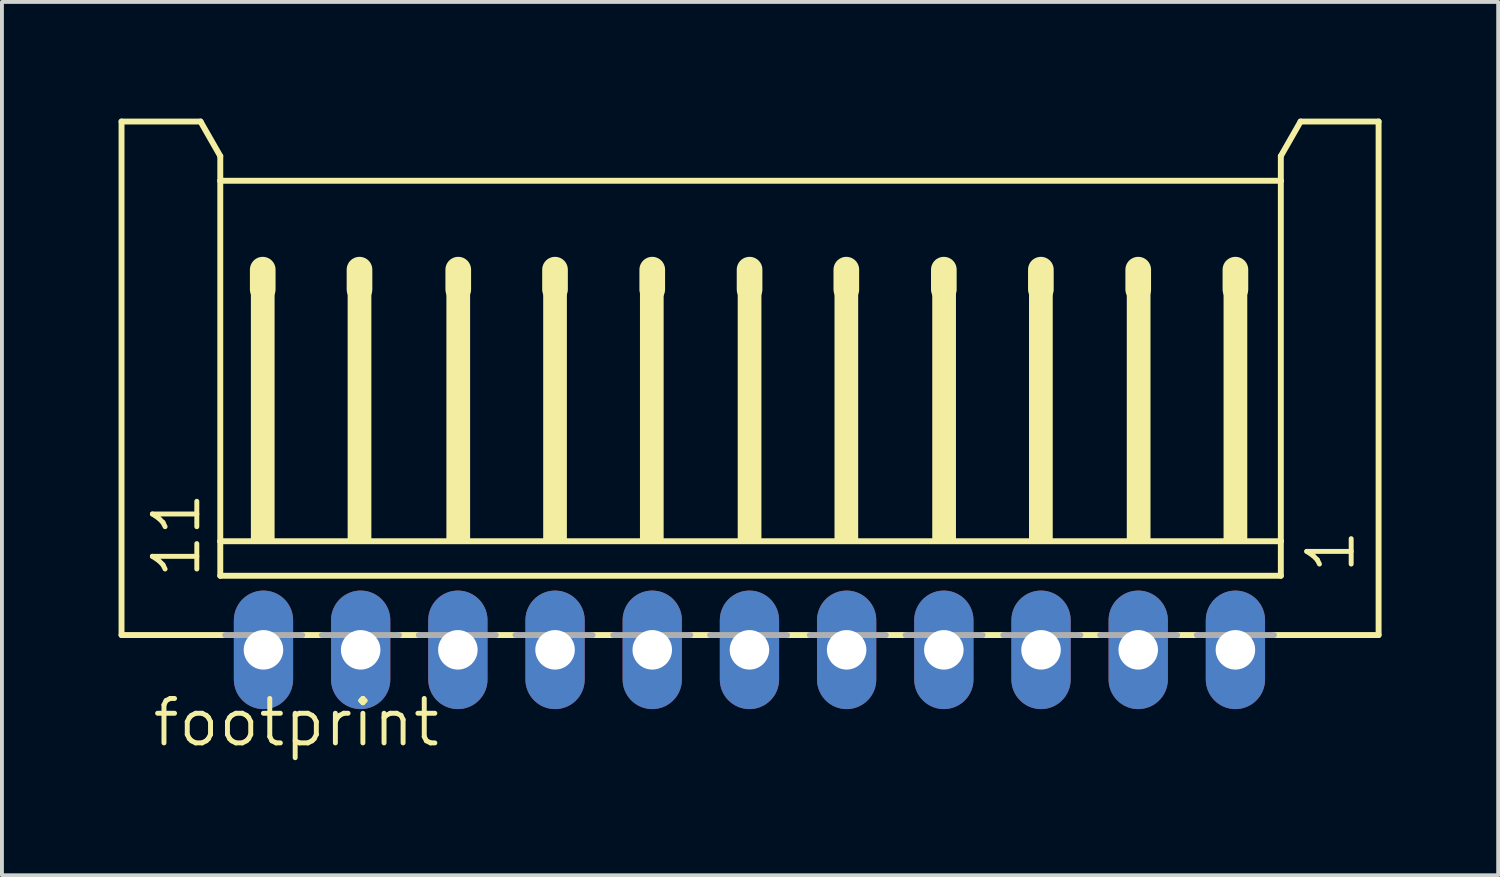
<source format=kicad_pcb>
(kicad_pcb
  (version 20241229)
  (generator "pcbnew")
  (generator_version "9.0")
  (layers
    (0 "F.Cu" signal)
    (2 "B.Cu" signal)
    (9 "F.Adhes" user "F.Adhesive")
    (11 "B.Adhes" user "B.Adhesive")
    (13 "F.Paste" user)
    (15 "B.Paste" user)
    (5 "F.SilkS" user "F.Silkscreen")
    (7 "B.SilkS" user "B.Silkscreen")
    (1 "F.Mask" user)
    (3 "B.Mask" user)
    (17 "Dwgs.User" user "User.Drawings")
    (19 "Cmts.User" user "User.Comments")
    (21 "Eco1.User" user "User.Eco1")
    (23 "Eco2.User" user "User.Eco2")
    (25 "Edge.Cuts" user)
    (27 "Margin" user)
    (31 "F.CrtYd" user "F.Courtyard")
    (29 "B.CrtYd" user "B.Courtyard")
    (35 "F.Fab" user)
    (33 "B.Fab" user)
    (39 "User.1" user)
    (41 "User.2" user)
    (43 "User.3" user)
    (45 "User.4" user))
  (footprint "footprint"
    (layer "F.Cu")
    (at 16.227 7.415)
    (property "Reference" "footprint" (at -15.415 8.79 0) (layer "F.SilkS") (effects (font (size 1.143 1.143) (thickness 0.127)) (justify left bottom)))
    (fp_line (start -16.151 -7.339) (end -14.119 -7.339) (stroke (width 0.152) (type solid)) (layer "F.SilkS"))
    (fp_line (start -16.151 5.869) (end -16.151 -7.339) (stroke (width 0.152) (type solid)) (layer "F.SilkS"))
    (fp_line (start -14.119 -7.339) (end -13.611 -6.45) (stroke (width 0.152) (type solid)) (layer "F.SilkS"))
    (fp_line (start -13.611 -6.45) (end -13.611 -5.815) (stroke (width 0.152) (type solid)) (layer "F.SilkS"))
    (fp_line (start -13.611 -5.815) (end -13.611 3.456) (stroke (width 0.152) (type solid)) (layer "F.SilkS"))
    (fp_line (start -13.611 3.456) (end -13.611 4.345) (stroke (width 0.152) (type solid)) (layer "F.SilkS"))
    (fp_line (start -13.51 5.869) (end -16.151 5.869) (stroke (width 0.152) (type solid)) (layer "F.SilkS"))
    (fp_line (start -12.519 -3.529) (end -12.519 -3.021) (stroke (width 0.66) (type solid)) (layer "F.SilkS"))
    (fp_line (start -10.995 5.869) (end -11.503 5.869) (stroke (width 0.152) (type solid)) (layer "F.SilkS"))
    (fp_line (start -10.03 -3.529) (end -10.03 -3.021) (stroke (width 0.66) (type solid)) (layer "F.SilkS"))
    (fp_line (start -8.506 5.869) (end -9.014 5.869) (stroke (width 0.152) (type solid)) (layer "F.SilkS"))
    (fp_line (start -7.49 -3.529) (end -7.49 -3.021) (stroke (width 0.66) (type solid)) (layer "F.SilkS"))
    (fp_line (start -6.017 5.869) (end -6.525 5.869) (stroke (width 0.152) (type solid)) (layer "F.SilkS"))
    (fp_line (start -5.001 -3.529) (end -5.001 -3.021) (stroke (width 0.66) (type solid)) (layer "F.SilkS"))
    (fp_line (start -3.502 5.869) (end -4.035 5.869) (stroke (width 0.152) (type solid)) (layer "F.SilkS"))
    (fp_line (start -2.5 -3.529) (end -2.5 -3.021) (stroke (width 0.66) (type solid)) (layer "F.SilkS"))
    (fp_line (start -1.013 5.869) (end -1.521 5.869) (stroke (width 0.152) (type solid)) (layer "F.SilkS"))
    (fp_line (start 0.003 -3.529) (end 0.003 -3.021) (stroke (width 0.66) (type solid)) (layer "F.SilkS"))
    (fp_line (start 1.553 5.869) (end 0.968 5.869) (stroke (width 0.152) (type solid)) (layer "F.SilkS"))
    (fp_line (start 2.492 -3.529) (end 2.492 -3.021) (stroke (width 0.66) (type solid)) (layer "F.SilkS"))
    (fp_line (start 4.016 5.869) (end 3.508 5.869) (stroke (width 0.152) (type solid)) (layer "F.SilkS"))
    (fp_line (start 5 -3.529) (end 5 -3.021) (stroke (width 0.66) (type solid)) (layer "F.SilkS"))
    (fp_line (start 6.531 5.869) (end 5.998 5.869) (stroke (width 0.152) (type solid)) (layer "F.SilkS"))
    (fp_line (start 7.496 -3.529) (end 7.496 -3.021) (stroke (width 0.66) (type solid)) (layer "F.SilkS"))
    (fp_line (start 9.02 5.869) (end 8.512 5.869) (stroke (width 0.152) (type solid)) (layer "F.SilkS"))
    (fp_line (start 10 -3.529) (end 10 -3.021) (stroke (width 0.66) (type solid)) (layer "F.SilkS"))
    (fp_line (start 11.509 5.869) (end 11.001 5.869) (stroke (width 0.152) (type solid)) (layer "F.SilkS"))
    (fp_line (start 12.5 -3.529) (end 12.5 -3.021) (stroke (width 0.66) (type solid)) (layer "F.SilkS"))
    (fp_line (start 13.668 -6.45) (end 13.668 -5.815) (stroke (width 0.152) (type solid)) (layer "F.SilkS"))
    (fp_line (start 13.668 -6.45) (end 14.176 -7.339) (stroke (width 0.152) (type solid)) (layer "F.SilkS"))
    (fp_line (start 13.668 -5.815) (end -13.611 -5.815) (stroke (width 0.152) (type solid)) (layer "F.SilkS"))
    (fp_line (start 13.668 -5.815) (end 13.668 3.456) (stroke (width 0.152) (type solid)) (layer "F.SilkS"))
    (fp_line (start 13.668 3.456) (end -13.611 3.456) (stroke (width 0.152) (type solid)) (layer "F.SilkS"))
    (fp_line (start 13.668 3.456) (end 13.668 4.345) (stroke (width 0.152) (type solid)) (layer "F.SilkS"))
    (fp_line (start 13.668 4.345) (end -13.611 4.345) (stroke (width 0.152) (type solid)) (layer "F.SilkS"))
    (fp_line (start 16.183 -7.339) (end 14.176 -7.339) (stroke (width 0.152) (type solid)) (layer "F.SilkS"))
    (fp_line (start 16.183 5.869) (end 13.491 5.869) (stroke (width 0.152) (type solid)) (layer "F.SilkS"))
    (fp_line (start 16.183 5.869) (end 16.183 -7.339) (stroke (width 0.152) (type solid)) (layer "F.SilkS"))
    (fp_poly (pts (xy -12.824 3.456) (xy -12.214 3.456) (xy -12.214 -3.148) (xy -12.824 -3.148)) (stroke (width 0) (type solid)) (fill yes) (layer "F.SilkS"))
    (fp_poly (pts (xy -10.335 3.456) (xy -9.725 3.456) (xy -9.725 -3.148) (xy -10.335 -3.148)) (stroke (width 0) (type solid)) (fill yes) (layer "F.SilkS"))
    (fp_poly (pts (xy -7.795 3.456) (xy -7.185 3.456) (xy -7.185 -3.148) (xy -7.795 -3.148)) (stroke (width 0) (type solid)) (fill yes) (layer "F.SilkS"))
    (fp_poly (pts (xy -5.305 3.456) (xy -4.696 3.456) (xy -4.696 -3.148) (xy -5.305 -3.148)) (stroke (width 0) (type solid)) (fill yes) (layer "F.SilkS"))
    (fp_poly (pts (xy -2.816 3.456) (xy -2.207 3.456) (xy -2.207 -3.148) (xy -2.816 -3.148)) (stroke (width 0) (type solid)) (fill yes) (layer "F.SilkS"))
    (fp_poly (pts (xy -0.302 3.456) (xy 0.308 3.456) (xy 0.308 -3.148) (xy -0.302 -3.148)) (stroke (width 0) (type solid)) (fill yes) (layer "F.SilkS"))
    (fp_poly (pts (xy 2.188 3.456) (xy 2.797 3.456) (xy 2.797 -3.148) (xy 2.188 -3.148)) (stroke (width 0) (type solid)) (fill yes) (layer "F.SilkS"))
    (fp_poly (pts (xy 4.702 3.456) (xy 5.312 3.456) (xy 5.312 -3.148) (xy 4.702 -3.148)) (stroke (width 0) (type solid)) (fill yes) (layer "F.SilkS"))
    (fp_poly (pts (xy 7.191 3.456) (xy 7.801 3.456) (xy 7.801 -3.148) (xy 7.191 -3.148)) (stroke (width 0) (type solid)) (fill yes) (layer "F.SilkS"))
    (fp_poly (pts (xy 9.706 3.456) (xy 10.316 3.456) (xy 10.316 -3.148) (xy 9.706 -3.148)) (stroke (width 0) (type solid)) (fill yes) (layer "F.SilkS"))
    (fp_poly (pts (xy 12.195 3.456) (xy 12.805 3.456) (xy 12.805 -3.148) (xy 12.195 -3.148)) (stroke (width 0) (type solid)) (fill yes) (layer "F.SilkS"))
    (fp_line (start -13.484 5.869) (end -11.503 5.869) (stroke (width 0.152) (type solid)) (layer "F.Fab"))
    (fp_line (start -10.995 5.869) (end -9.014 5.869) (stroke (width 0.152) (type solid)) (layer "F.Fab"))
    (fp_line (start -8.506 5.869) (end -6.525 5.869) (stroke (width 0.152) (type solid)) (layer "F.Fab"))
    (fp_line (start -6.017 5.869) (end -4.035 5.869) (stroke (width 0.152) (type solid)) (layer "F.Fab"))
    (fp_line (start -3.502 5.869) (end -1.521 5.869) (stroke (width 0.152) (type solid)) (layer "F.Fab"))
    (fp_line (start -1.013 5.869) (end 0.968 5.869) (stroke (width 0.152) (type solid)) (layer "F.Fab"))
    (fp_line (start 1.553 5.869) (end 3.508 5.869) (stroke (width 0.152) (type solid)) (layer "F.Fab"))
    (fp_line (start 4.016 5.869) (end 5.998 5.869) (stroke (width 0.152) (type solid)) (layer "F.Fab"))
    (fp_line (start 6.531 5.869) (end 8.512 5.869) (stroke (width 0.152) (type solid)) (layer "F.Fab"))
    (fp_line (start 9.02 5.869) (end 11.001 5.869) (stroke (width 0.152) (type solid)) (layer "F.Fab"))
    (fp_line (start 11.509 5.869) (end 13.491 5.869) (stroke (width 0.152) (type solid)) (layer "F.Fab"))
    (fp_poly (pts (xy -12.798 6.504) (xy -12.189 6.504) (xy -12.189 5.869) (xy -12.798 5.869)) (stroke (width 0.1) (type solid)) (fill no) (layer "F.Fab"))
    (fp_poly (pts (xy -10.309 6.504) (xy -9.7 6.504) (xy -9.7 5.869) (xy -10.309 5.869)) (stroke (width 0.1) (type solid)) (fill no) (layer "F.Fab"))
    (fp_poly (pts (xy -7.795 6.504) (xy -7.185 6.504) (xy -7.185 5.869) (xy -7.795 5.869)) (stroke (width 0.1) (type solid)) (fill no) (layer "F.Fab"))
    (fp_poly (pts (xy -5.305 6.504) (xy -4.696 6.504) (xy -4.696 5.869) (xy -5.305 5.869)) (stroke (width 0.1) (type solid)) (fill no) (layer "F.Fab"))
    (fp_poly (pts (xy -2.816 6.504) (xy -2.207 6.504) (xy -2.207 5.869) (xy -2.816 5.869)) (stroke (width 0.1) (type solid)) (fill no) (layer "F.Fab"))
    (fp_poly (pts (xy -0.302 6.504) (xy 0.308 6.504) (xy 0.308 5.869) (xy -0.302 5.869)) (stroke (width 0.1) (type solid)) (fill no) (layer "F.Fab"))
    (fp_poly (pts (xy 2.188 6.504) (xy 2.797 6.504) (xy 2.797 5.869) (xy 2.188 5.869)) (stroke (width 0.1) (type solid)) (fill no) (layer "F.Fab"))
    (fp_poly (pts (xy 4.702 6.504) (xy 5.312 6.504) (xy 5.312 5.869) (xy 4.702 5.869)) (stroke (width 0.1) (type solid)) (fill no) (layer "F.Fab"))
    (fp_poly (pts (xy 7.191 6.504) (xy 7.801 6.504) (xy 7.801 5.869) (xy 7.191 5.869)) (stroke (width 0.1) (type solid)) (fill no) (layer "F.Fab"))
    (fp_poly (pts (xy 9.706 6.504) (xy 10.316 6.504) (xy 10.316 5.869) (xy 9.706 5.869)) (stroke (width 0.1) (type solid)) (fill no) (layer "F.Fab"))
    (fp_poly (pts (xy 12.195 6.504) (xy 12.805 6.504) (xy 12.805 5.869) (xy 12.195 5.869)) (stroke (width 0.1) (type solid)) (fill no) (layer "F.Fab"))
    (fp_text user "11" (at -14.068 4.472 90) (layer "F.SilkS") (effects (font (size 1.143 1.143) (thickness 0.127)) (justify left bottom)))
    (fp_text user "1" (at 15.624 4.345 90) (layer "F.SilkS") (effects (font (size 1.143 1.143) (thickness 0.127)) (justify left bottom)))
    (pad "1" thru_hole oval (at 12.5 6.25 90) (size 3.048 1.524) (drill 1.016) (layers "*.Cu" "*.Mask"))
    (pad "2" thru_hole oval (at 10 6.25 90) (size 3.048 1.524) (drill 1.016) (layers "*.Cu" "*.Mask"))
    (pad "3" thru_hole oval (at 7.5 6.25 90) (size 3.048 1.524) (drill 1.016) (layers "*.Cu" "*.Mask"))
    (pad "4" thru_hole oval (at 5 6.25 90) (size 3.048 1.524) (drill 1.016) (layers "*.Cu" "*.Mask"))
    (pad "5" thru_hole oval (at 2.5 6.25 90) (size 3.048 1.524) (drill 1.016) (layers "*.Cu" "*.Mask"))
    (pad "6" thru_hole oval (at 0 6.25 90) (size 3.048 1.524) (drill 1.016) (layers "*.Cu" "*.Mask"))
    (pad "7" thru_hole oval (at -2.5 6.25 90) (size 3.048 1.524) (drill 1.016) (layers "*.Cu" "*.Mask"))
    (pad "8" thru_hole oval (at -5 6.25 90) (size 3.048 1.524) (drill 1.016) (layers "*.Cu" "*.Mask"))
    (pad "9" thru_hole oval (at -7.5 6.25 90) (size 3.048 1.524) (drill 1.016) (layers "*.Cu" "*.Mask"))
    (pad "10" thru_hole oval (at -10 6.25 90) (size 3.048 1.524) (drill 1.016) (layers "*.Cu" "*.Mask"))
    (pad "11" thru_hole oval (at -12.5 6.25 90) (size 3.048 1.524) (drill 1.016) (layers "*.Cu" "*.Mask")))
  (gr_rect
    (start -3 -3)
    (end 35.486 19.464)
    (stroke (width 0.1) (type default))
    (fill no)
    (layer "Edge.Cuts")))
</source>
